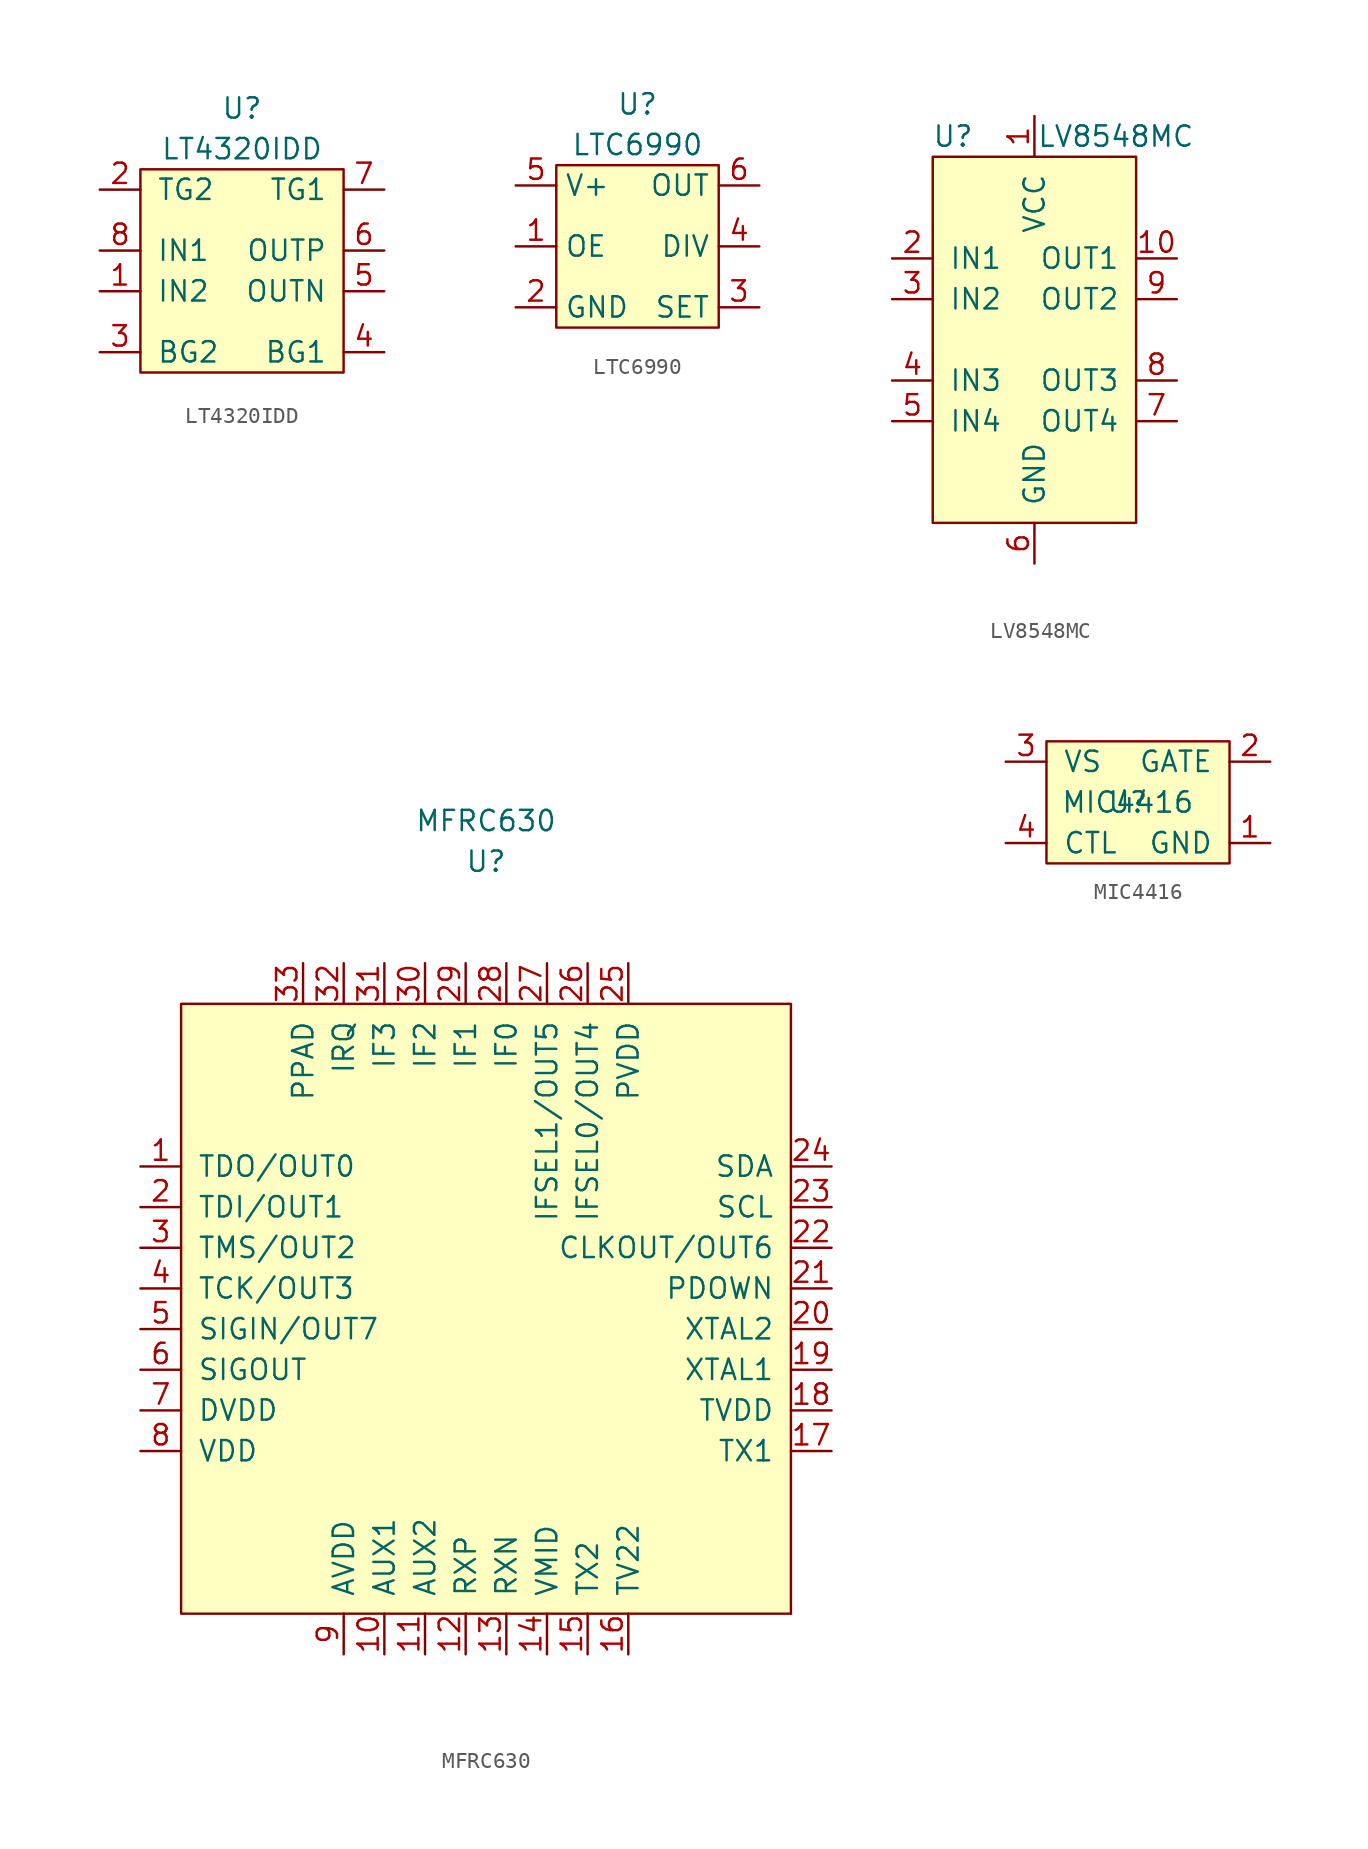
<source format=kicad_sym>
(kicad_symbol_lib
  (version 20211014)
  (generator kicad_symbol_editor)
  (symbol "LT4320IDD"
    (pin_names
      (offset 1.016))
    (property "Reference" "U"
      (at 0 10.16 0)
      (effects (font (size 1.27 1.27))))
    (property "Value" "LT4320IDD"
      (at 0 7.62 0)
      (effects (font (size 1.27 1.27))))
    (symbol "LT4320IDD_0_1"
      (rectangle (start -6.35 6.35) (end 6.35 -6.35) (stroke (width 0) (type default) (color 0 0 0 0)) (fill (type background))))
    (symbol "LT4320IDD_1_1"
      (pin input line (at -8.89 -1.27 0) (length 2.54) (name "IN2" (effects (font (size 1.27 1.27)))) (number "1" (effects (font (size 1.27 1.27)))))
      (pin input line (at -8.89 5.08 0) (length 2.54) (name "TG2" (effects (font (size 1.27 1.27)))) (number "2" (effects (font (size 1.27 1.27)))))
      (pin input line (at -8.89 -5.08 0) (length 2.54) (name "BG2" (effects (font (size 1.27 1.27)))) (number "3" (effects (font (size 1.27 1.27)))))
      (pin input line (at 8.89 -5.08 180) (length 2.54) (name "BG1" (effects (font (size 1.27 1.27)))) (number "4" (effects (font (size 1.27 1.27)))))
      (pin input line (at 8.89 -1.27 180) (length 2.54) (name "OUTN" (effects (font (size 1.27 1.27)))) (number "5" (effects (font (size 1.27 1.27)))))
      (pin input line (at 8.89 1.27 180) (length 2.54) (name "OUTP" (effects (font (size 1.27 1.27)))) (number "6" (effects (font (size 1.27 1.27)))))
      (pin input line (at 8.89 5.08 180) (length 2.54) (name "TG1" (effects (font (size 1.27 1.27)))) (number "7" (effects (font (size 1.27 1.27)))))
      (pin input line (at -8.89 1.27 0) (length 2.54) (name "IN1" (effects (font (size 1.27 1.27)))) (number "8" (effects (font (size 1.27 1.27)))))))
  (symbol "LTC6990"
    (property "Reference" "U"
      (at 0 8.89 0)
      (effects (font (size 1.27 1.27))))
    (property "Value" "LTC6990"
      (at 0 6.35 0)
      (effects (font (size 1.27 1.27))))
    (symbol "LTC6990_0_1"
      (rectangle (start -5.08 5.08) (end 5.08 -5.08) (stroke (width 0) (type default) (color 0 0 0 0)) (fill (type background))))
    (symbol "LTC6990_1_1"
      (pin input line (at -7.62 0 0) (length 2.54) (name "OE" (effects (font (size 1.27 1.27)))) (number "1" (effects (font (size 1.27 1.27)))))
      (pin input line (at -7.62 -3.81 0) (length 2.54) (name "GND" (effects (font (size 1.27 1.27)))) (number "2" (effects (font (size 1.27 1.27)))))
      (pin input line (at 7.62 -3.81 180) (length 2.54) (name "SET" (effects (font (size 1.27 1.27)))) (number "3" (effects (font (size 1.27 1.27)))))
      (pin input line (at 7.62 0 180) (length 2.54) (name "DIV" (effects (font (size 1.27 1.27)))) (number "4" (effects (font (size 1.27 1.27)))))
      (pin input line (at -7.62 3.81 0) (length 2.54) (name "V+" (effects (font (size 1.27 1.27)))) (number "5" (effects (font (size 1.27 1.27)))))
      (pin input line (at 7.62 3.81 180) (length 2.54) (name "OUT" (effects (font (size 1.27 1.27)))) (number "6" (effects (font (size 1.27 1.27)))))))
  (symbol "LV8548MC"
    (pin_names
      (offset 1.016))
    (property "Reference" "U"
      (at -5.08 12.7 0)
      (effects (font (size 1.27 1.27))))
    (property "Value" "LV8548MC"
      (at 5.08 12.7 0)
      (effects (font (size 1.27 1.27))))
    (symbol "LV8548MC_0_1"
      (rectangle (start -6.35 11.43) (end 6.35 -11.43) (stroke (width 0) (type default) (color 0 0 0 0)) (fill (type background))))
    (symbol "LV8548MC_1_1"
      (pin input line (at 0 13.97 270) (length 2.54) (name "VCC" (effects (font (size 1.27 1.27)))) (number "1" (effects (font (size 1.27 1.27)))))
      (pin input line (at 8.89 5.08 180) (length 2.54) (name "OUT1" (effects (font (size 1.27 1.27)))) (number "10" (effects (font (size 1.27 1.27)))))
      (pin input line (at -8.89 5.08 0) (length 2.54) (name "IN1" (effects (font (size 1.27 1.27)))) (number "2" (effects (font (size 1.27 1.27)))))
      (pin input line (at -8.89 2.54 0) (length 2.54) (name "IN2" (effects (font (size 1.27 1.27)))) (number "3" (effects (font (size 1.27 1.27)))))
      (pin input line (at -8.89 -2.54 0) (length 2.54) (name "IN3" (effects (font (size 1.27 1.27)))) (number "4" (effects (font (size 1.27 1.27)))))
      (pin input line (at -8.89 -5.08 0) (length 2.54) (name "IN4" (effects (font (size 1.27 1.27)))) (number "5" (effects (font (size 1.27 1.27)))))
      (pin input line (at 0 -13.97 90) (length 2.54) (name "GND" (effects (font (size 1.27 1.27)))) (number "6" (effects (font (size 1.27 1.27)))))
      (pin input line (at 8.89 -5.08 180) (length 2.54) (name "OUT4" (effects (font (size 1.27 1.27)))) (number "7" (effects (font (size 1.27 1.27)))))
      (pin input line (at 8.89 -2.54 180) (length 2.54) (name "OUT3" (effects (font (size 1.27 1.27)))) (number "8" (effects (font (size 1.27 1.27)))))
      (pin input line (at 8.89 2.54 180) (length 2.54) (name "OUT2" (effects (font (size 1.27 1.27)))) (number "9" (effects (font (size 1.27 1.27)))))))
  (symbol "MFRC630"
    (pin_names
      (offset 1.016))
    (property "Reference" "U"
      (at 0 27.94 0)
      (effects (font (size 1.27 1.27))))
    (property "Value" "MFRC630"
      (at 0 30.48 0)
      (effects (font (size 1.27 1.27))))
    (symbol "MFRC630_0_1"
      (rectangle (start -19.05 19.05) (end 19.05 -19.05) (stroke (width 0) (type default) (color 0 0 0 0)) (fill (type background)))
      (rectangle (start 19.05 -19.05) (end 19.05 -19.05) (stroke (width 0) (type default) (color 0 0 0 0)) (fill (type none))))
    (symbol "MFRC630_1_1"
      (pin input line (at -21.59 8.89 0) (length 2.54) (name "TDO/OUT0" (effects (font (size 1.27 1.27)))) (number "1" (effects (font (size 1.27 1.27)))))
      (pin input line (at -6.35 -21.59 90) (length 2.54) (name "AUX1" (effects (font (size 1.27 1.27)))) (number "10" (effects (font (size 1.27 1.27)))))
      (pin input line (at -3.81 -21.59 90) (length 2.54) (name "AUX2" (effects (font (size 1.27 1.27)))) (number "11" (effects (font (size 1.27 1.27)))))
      (pin input line (at -1.27 -21.59 90) (length 2.54) (name "RXP" (effects (font (size 1.27 1.27)))) (number "12" (effects (font (size 1.27 1.27)))))
      (pin input line (at 1.27 -21.59 90) (length 2.54) (name "RXN" (effects (font (size 1.27 1.27)))) (number "13" (effects (font (size 1.27 1.27)))))
      (pin input line (at 3.81 -21.59 90) (length 2.54) (name "VMID" (effects (font (size 1.27 1.27)))) (number "14" (effects (font (size 1.27 1.27)))))
      (pin input line (at 6.35 -21.59 90) (length 2.54) (name "TX2" (effects (font (size 1.27 1.27)))) (number "15" (effects (font (size 1.27 1.27)))))
      (pin input line (at 8.89 -21.59 90) (length 2.54) (name "TV22" (effects (font (size 1.27 1.27)))) (number "16" (effects (font (size 1.27 1.27)))))
      (pin input line (at 21.59 -8.89 180) (length 2.54) (name "TX1" (effects (font (size 1.27 1.27)))) (number "17" (effects (font (size 1.27 1.27)))))
      (pin input line (at 21.59 -6.35 180) (length 2.54) (name "TVDD" (effects (font (size 1.27 1.27)))) (number "18" (effects (font (size 1.27 1.27)))))
      (pin input line (at 21.59 -3.81 180) (length 2.54) (name "XTAL1" (effects (font (size 1.27 1.27)))) (number "19" (effects (font (size 1.27 1.27)))))
      (pin input line (at -21.59 6.35 0) (length 2.54) (name "TDI/OUT1" (effects (font (size 1.27 1.27)))) (number "2" (effects (font (size 1.27 1.27)))))
      (pin input line (at 21.59 -1.27 180) (length 2.54) (name "XTAL2" (effects (font (size 1.27 1.27)))) (number "20" (effects (font (size 1.27 1.27)))))
      (pin input line (at 21.59 1.27 180) (length 2.54) (name "PDOWN" (effects (font (size 1.27 1.27)))) (number "21" (effects (font (size 1.27 1.27)))))
      (pin input line (at 21.59 3.81 180) (length 2.54) (name "CLKOUT/OUT6" (effects (font (size 1.27 1.27)))) (number "22" (effects (font (size 1.27 1.27)))))
      (pin input line (at 21.59 6.35 180) (length 2.54) (name "SCL" (effects (font (size 1.27 1.27)))) (number "23" (effects (font (size 1.27 1.27)))))
      (pin input line (at 21.59 8.89 180) (length 2.54) (name "SDA" (effects (font (size 1.27 1.27)))) (number "24" (effects (font (size 1.27 1.27)))))
      (pin input line (at 8.89 21.59 270) (length 2.54) (name "PVDD" (effects (font (size 1.27 1.27)))) (number "25" (effects (font (size 1.27 1.27)))))
      (pin input line (at 6.35 21.59 270) (length 2.54) (name "IFSEL0/OUT4" (effects (font (size 1.27 1.27)))) (number "26" (effects (font (size 1.27 1.27)))))
      (pin input line (at 3.81 21.59 270) (length 2.54) (name "IFSEL1/OUT5" (effects (font (size 1.27 1.27)))) (number "27" (effects (font (size 1.27 1.27)))))
      (pin input line (at 1.27 21.59 270) (length 2.54) (name "IF0" (effects (font (size 1.27 1.27)))) (number "28" (effects (font (size 1.27 1.27)))))
      (pin input line (at -1.27 21.59 270) (length 2.54) (name "IF1" (effects (font (size 1.27 1.27)))) (number "29" (effects (font (size 1.27 1.27)))))
      (pin input line (at -21.59 3.81 0) (length 2.54) (name "TMS/OUT2" (effects (font (size 1.27 1.27)))) (number "3" (effects (font (size 1.27 1.27)))))
      (pin input line (at -3.81 21.59 270) (length 2.54) (name "IF2" (effects (font (size 1.27 1.27)))) (number "30" (effects (font (size 1.27 1.27)))))
      (pin input line (at -6.35 21.59 270) (length 2.54) (name "IF3" (effects (font (size 1.27 1.27)))) (number "31" (effects (font (size 1.27 1.27)))))
      (pin input line (at -8.89 21.59 270) (length 2.54) (name "IRQ" (effects (font (size 1.27 1.27)))) (number "32" (effects (font (size 1.27 1.27)))))
      (pin input line (at -11.43 21.59 270) (length 2.54) (name "PPAD" (effects (font (size 1.27 1.27)))) (number "33" (effects (font (size 1.27 1.27)))))
      (pin input line (at -21.59 1.27 0) (length 2.54) (name "TCK/OUT3" (effects (font (size 1.27 1.27)))) (number "4" (effects (font (size 1.27 1.27)))))
      (pin input line (at -21.59 -1.27 0) (length 2.54) (name "SIGIN/OUT7" (effects (font (size 1.27 1.27)))) (number "5" (effects (font (size 1.27 1.27)))))
      (pin input line (at -21.59 -3.81 0) (length 2.54) (name "SIGOUT" (effects (font (size 1.27 1.27)))) (number "6" (effects (font (size 1.27 1.27)))))
      (pin input line (at -21.59 -6.35 0) (length 2.54) (name "DVDD" (effects (font (size 1.27 1.27)))) (number "7" (effects (font (size 1.27 1.27)))))
      (pin input line (at -21.59 -8.89 0) (length 2.54) (name "VDD" (effects (font (size 1.27 1.27)))) (number "8" (effects (font (size 1.27 1.27)))))
      (pin input line (at -8.89 -21.59 90) (length 2.54) (name "AVDD" (effects (font (size 1.27 1.27)))) (number "9" (effects (font (size 1.27 1.27)))))))
  (symbol "MIC4416"
    (pin_names
      (offset 1.016))
    (property "Reference" "U"
      (at 0 0 0)
      (effects (font (size 1.27 1.27))))
    (property "Value" "MIC4416"
      (at 0 0 0)
      (effects (font (size 1.27 1.27))))
    (symbol "MIC4416_0_1"
      (rectangle (start -5.08 3.81) (end 6.35 -3.81) (stroke (width 0) (type default) (color 0 0 0 0)) (fill (type background))))
    (symbol "MIC4416_1_1"
      (pin input line (at 8.89 -2.54 180) (length 2.54) (name "GND" (effects (font (size 1.27 1.27)))) (number "1" (effects (font (size 1.27 1.27)))))
      (pin input line (at 8.89 2.54 180) (length 2.54) (name "GATE" (effects (font (size 1.27 1.27)))) (number "2" (effects (font (size 1.27 1.27)))))
      (pin input line (at -7.62 2.54 0) (length 2.54) (name "VS" (effects (font (size 1.27 1.27)))) (number "3" (effects (font (size 1.27 1.27)))))
      (pin input line (at -7.62 -2.54 0) (length 2.54) (name "CTL" (effects (font (size 1.27 1.27)))) (number "4" (effects (font (size 1.27 1.27))))))))
</source>
